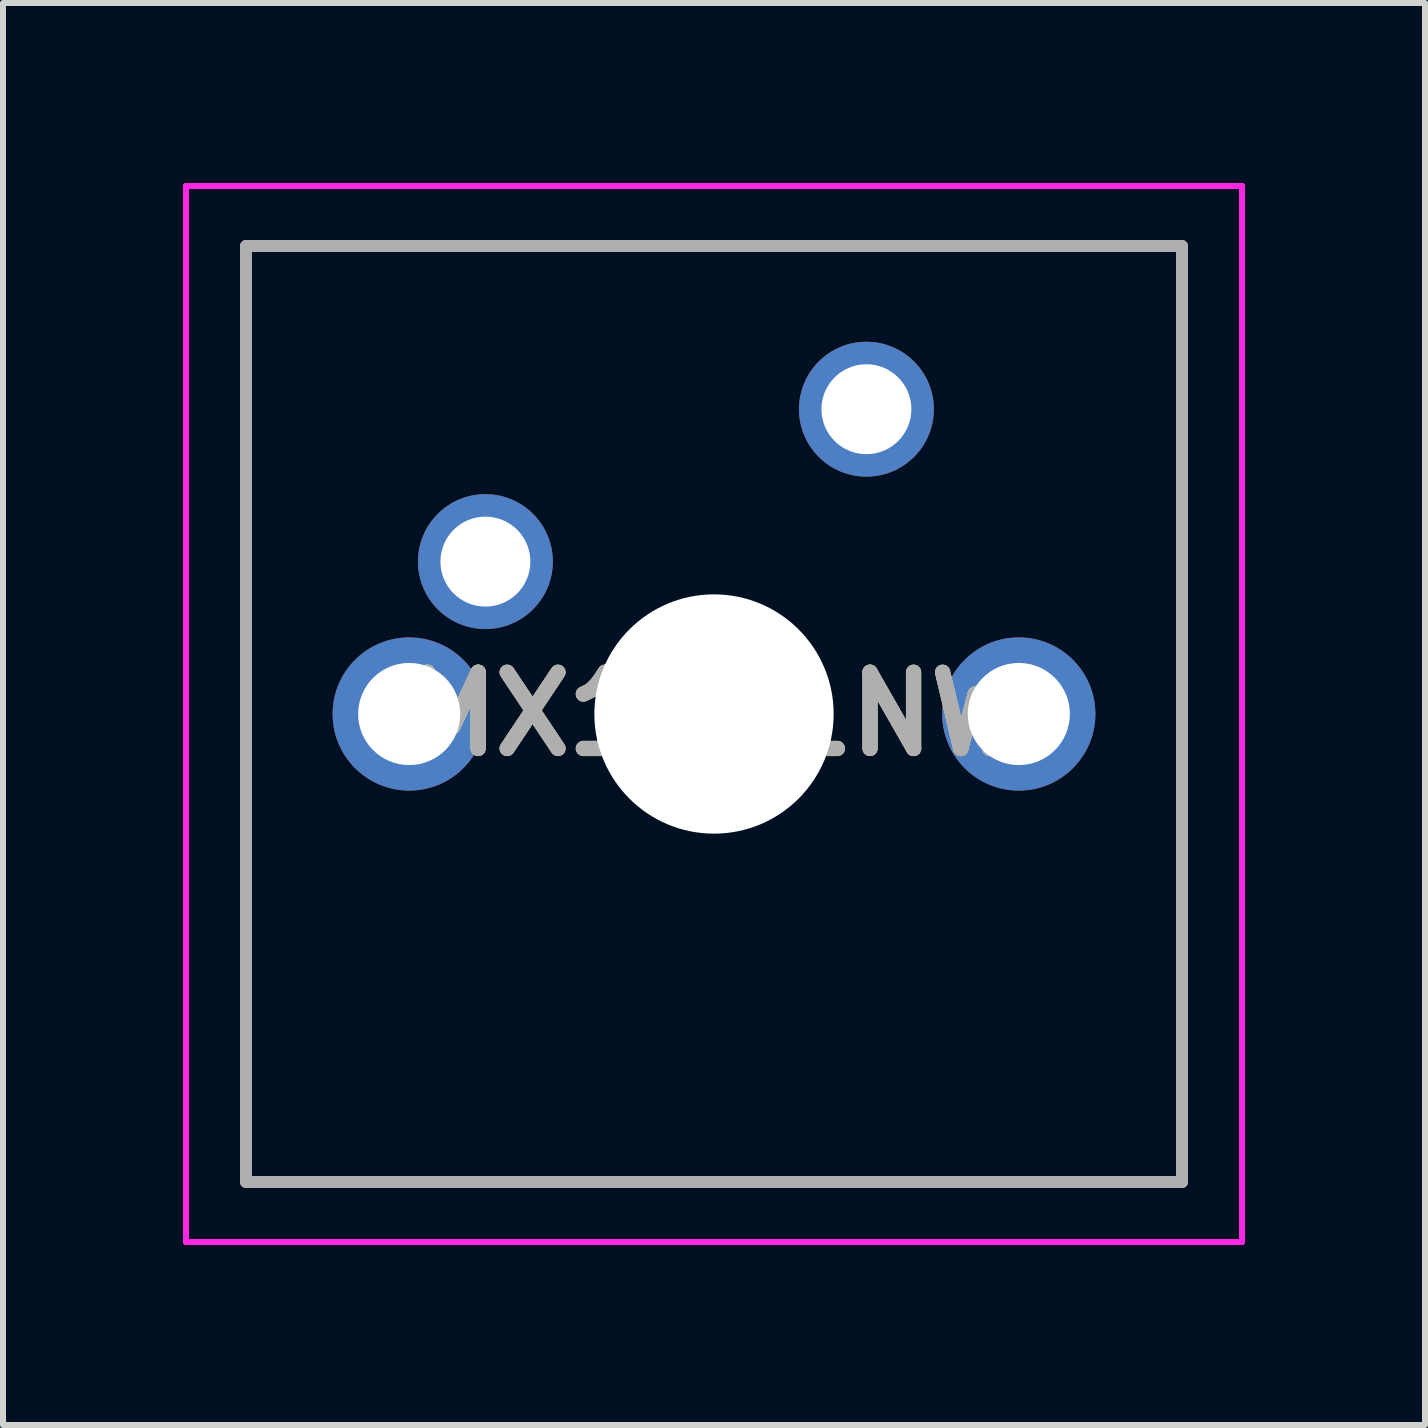
<source format=kicad_pcb>
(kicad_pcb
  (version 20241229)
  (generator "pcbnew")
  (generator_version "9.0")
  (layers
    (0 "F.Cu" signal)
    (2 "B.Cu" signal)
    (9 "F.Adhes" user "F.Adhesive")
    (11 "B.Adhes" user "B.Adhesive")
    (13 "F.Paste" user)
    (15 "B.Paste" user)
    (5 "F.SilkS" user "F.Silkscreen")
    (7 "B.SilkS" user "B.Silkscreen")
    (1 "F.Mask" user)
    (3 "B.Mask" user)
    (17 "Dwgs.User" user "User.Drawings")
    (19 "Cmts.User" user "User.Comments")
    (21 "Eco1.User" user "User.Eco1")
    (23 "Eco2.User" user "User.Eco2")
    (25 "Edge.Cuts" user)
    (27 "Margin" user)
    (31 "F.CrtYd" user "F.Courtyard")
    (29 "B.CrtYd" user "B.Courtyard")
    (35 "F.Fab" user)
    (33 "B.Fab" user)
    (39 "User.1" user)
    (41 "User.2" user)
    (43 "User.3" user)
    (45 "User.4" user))
  (footprint "MX1A11NW"
    (layer "F.Cu")
    (at 5.04 6.31)
    (property "Reference" "MX1A11NW" (at 3.81 2.54 0) (layer "F.SilkS") (effects (font (size 1.27 1.27) (thickness 0.254))))
    (attr through_hole)
    (fp_line (start -3.99 -5.26) (end 11.61 -5.26) (stroke (width 0.1) (type solid)) (layer "F.SilkS"))
    (fp_line (start -3.99 10.34) (end -3.99 -5.26) (stroke (width 0.1) (type solid)) (layer "F.SilkS"))
    (fp_line (start 11.61 -5.26) (end 11.61 10.34) (stroke (width 0.1) (type solid)) (layer "F.SilkS"))
    (fp_line (start 11.61 10.34) (end -3.99 10.34) (stroke (width 0.1) (type solid)) (layer "F.SilkS"))
    (fp_line (start -4.99 -6.26) (end 12.61 -6.26) (stroke (width 0.1) (type solid)) (layer "F.CrtYd"))
    (fp_line (start -4.99 11.34) (end -4.99 -6.26) (stroke (width 0.1) (type solid)) (layer "F.CrtYd"))
    (fp_line (start 12.61 -6.26) (end 12.61 11.34) (stroke (width 0.1) (type solid)) (layer "F.CrtYd"))
    (fp_line (start 12.61 11.34) (end -4.99 11.34) (stroke (width 0.1) (type solid)) (layer "F.CrtYd"))
    (fp_line (start -3.99 -5.26) (end 11.61 -5.26) (stroke (width 0.2) (type solid)) (layer "F.Fab"))
    (fp_line (start -3.99 10.34) (end -3.99 -5.26) (stroke (width 0.2) (type solid)) (layer "F.Fab"))
    (fp_line (start 11.61 -5.26) (end 11.61 10.34) (stroke (width 0.2) (type solid)) (layer "F.Fab"))
    (fp_line (start 11.61 10.34) (end -3.99 10.34) (stroke (width 0.2) (type solid)) (layer "F.Fab"))
    (fp_text user "${REFERENCE}" (at 3.81 2.54 0) (layer "F.Fab") (effects (font (size 1.27 1.27) (thickness 0.254))))
    (pad "" np_thru_hole circle (at 3.81 2.54) (size 3.988 3.988) (drill 3.988) (layers "*.Cu" "*.Mask"))
    (pad "1" thru_hole circle (at 0 0) (size 2.248 2.248) (drill 1.499) (layers "*.Cu" "*.Mask"))
    (pad "2" thru_hole circle (at 6.35 -2.54) (size 2.248 2.248) (drill 1.499) (layers "*.Cu" "*.Mask"))
    (pad "MH1" thru_hole circle (at -1.27 2.54) (size 2.553 2.553) (drill 1.702) (layers "*.Cu" "*.Mask"))
    (pad "MH2" thru_hole circle (at 8.89 2.54) (size 2.553 2.553) (drill 1.702) (layers "*.Cu" "*.Mask")))
  (gr_rect
    (start -3 -3)
    (end 20.7 20.7)
    (stroke (width 0.1) (type default))
    (fill no)
    (layer "Edge.Cuts")))
</source>
